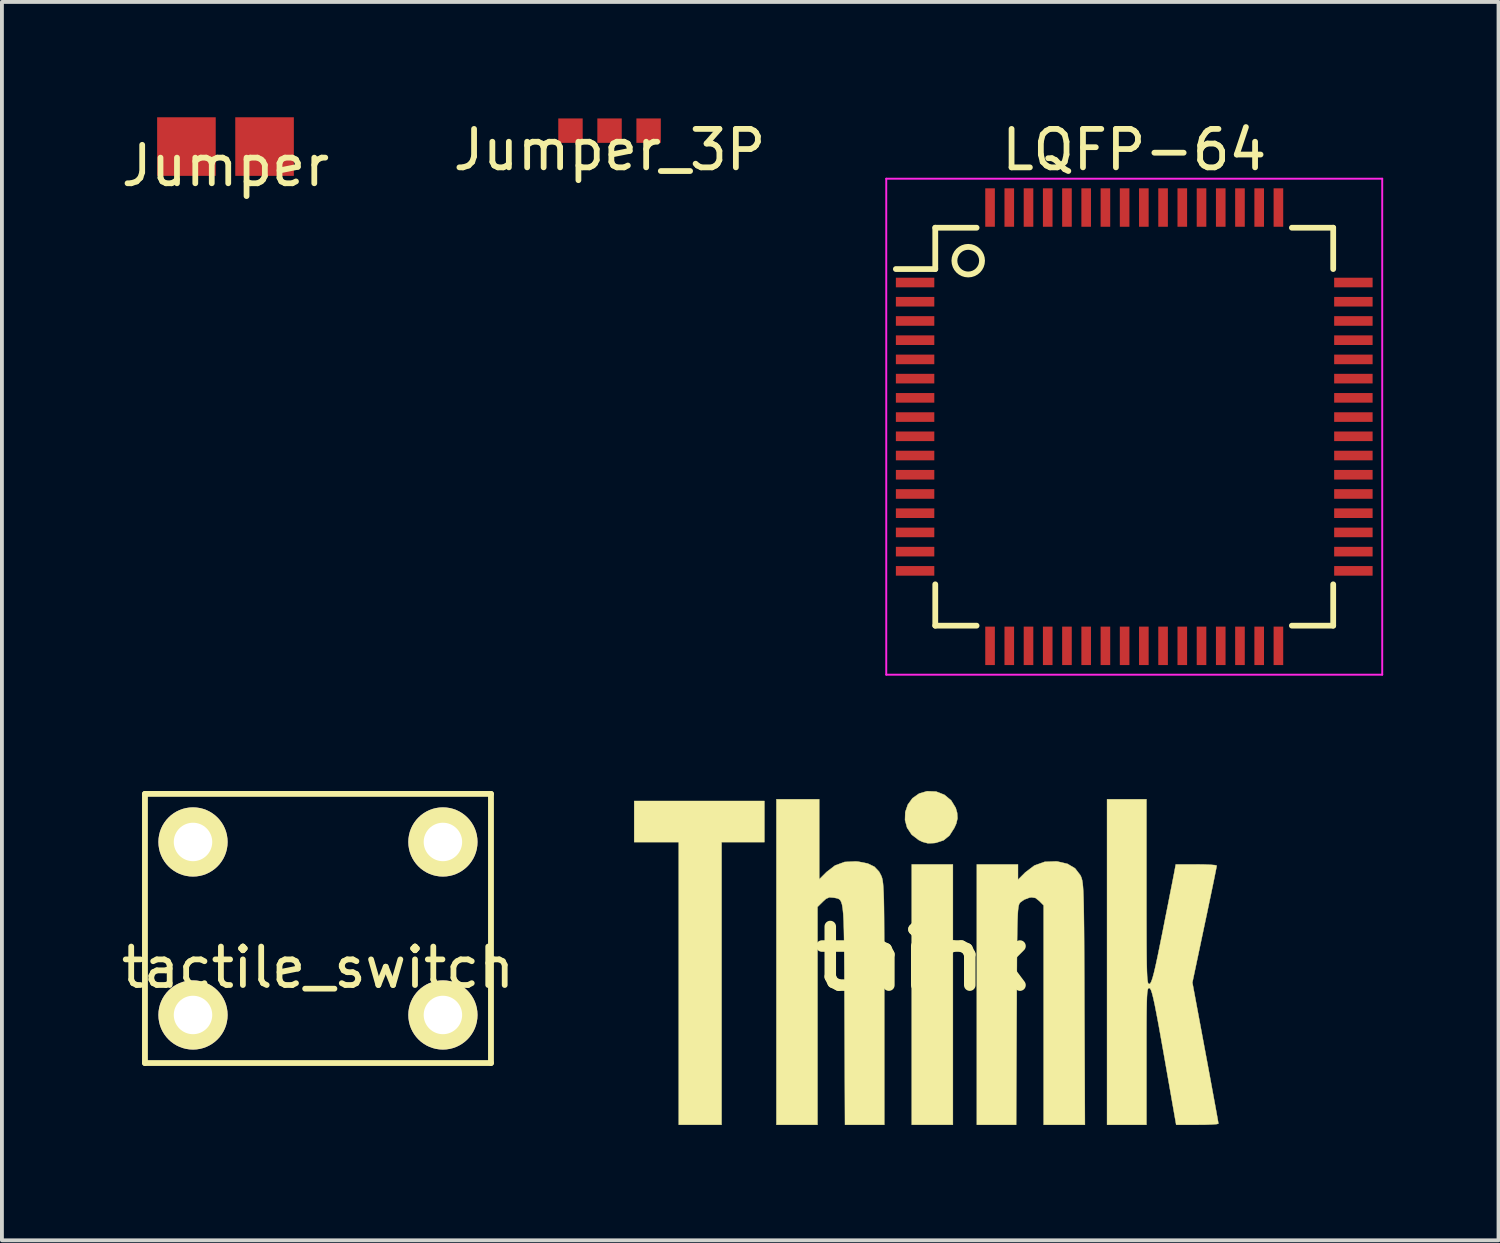
<source format=kicad_pcb>
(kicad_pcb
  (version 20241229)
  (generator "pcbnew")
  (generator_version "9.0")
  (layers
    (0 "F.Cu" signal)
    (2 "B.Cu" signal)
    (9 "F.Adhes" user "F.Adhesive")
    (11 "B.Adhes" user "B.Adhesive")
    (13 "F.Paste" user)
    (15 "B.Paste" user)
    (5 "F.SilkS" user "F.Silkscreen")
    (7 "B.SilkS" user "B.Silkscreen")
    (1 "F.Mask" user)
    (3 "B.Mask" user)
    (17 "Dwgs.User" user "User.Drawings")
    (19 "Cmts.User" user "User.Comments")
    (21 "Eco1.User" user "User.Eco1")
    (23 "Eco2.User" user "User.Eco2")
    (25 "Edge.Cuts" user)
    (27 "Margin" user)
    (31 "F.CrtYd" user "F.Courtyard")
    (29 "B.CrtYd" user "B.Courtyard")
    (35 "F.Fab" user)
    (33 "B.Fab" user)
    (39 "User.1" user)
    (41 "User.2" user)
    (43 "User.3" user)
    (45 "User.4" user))
  (footprint "Jumper_3P"
    (layer "F.Cu")
    (at 12.804 0.348)
    (property "Reference" "Jumper_3P" (at 0 0.5 0) (layer "F.SilkS") (effects (font (size 1 1) (thickness 0.15))))
    (attr through_hole)
    (pad "1" smd rect (at -1.016 0) (size 0.635 0.635) (layers "F.Cu" "F.Mask" "F.Paste"))
    (pad "2" smd rect (at 0 0) (size 0.635 0.635) (layers "F.Cu" "F.Mask" "F.Paste"))
    (pad "3" smd rect (at 1.016 0) (size 0.635 0.635) (layers "F.Cu" "F.Mask" "F.Paste")))
  (footprint "Jumper"
    (layer "F.Cu")
    (at 2.815 0.762)
    (property "Reference" "Jumper" (at 0 0.5 0) (layer "F.SilkS") (effects (font (size 1 1) (thickness 0.15))))
    (attr through_hole)
    (pad "1" smd rect (at -1.016 0) (size 1.524 1.524) (layers "F.Cu" "F.Mask" "F.Paste"))
    (pad "2" smd rect (at 1.016 0) (size 1.524 1.524) (layers "F.Cu" "F.Mask" "F.Paste")))
  (footprint "LQFP-64"
    (layer "F.Cu")
    (at 26.451 8.048)
    (property "Reference" "LQFP-64" (at 0 -7.2 0) (layer "F.SilkS") (effects (font (size 1 1) (thickness 0.15))))
    (attr smd)
    (fp_line (start -5.175 -5.175) (end -5.175 -4.1) (stroke (width 0.15) (type solid)) (layer "F.SilkS"))
    (fp_line (start -5.175 -5.175) (end -4.1 -5.175) (stroke (width 0.15) (type solid)) (layer "F.SilkS"))
    (fp_line (start -5.175 -4.1) (end -6.2 -4.1) (stroke (width 0.15) (type solid)) (layer "F.SilkS"))
    (fp_line (start -5.175 5.175) (end -5.175 4.1) (stroke (width 0.15) (type solid)) (layer "F.SilkS"))
    (fp_line (start -5.175 5.175) (end -4.1 5.175) (stroke (width 0.15) (type solid)) (layer "F.SilkS"))
    (fp_line (start 5.175 -5.175) (end 4.1 -5.175) (stroke (width 0.15) (type solid)) (layer "F.SilkS"))
    (fp_line (start 5.175 -5.175) (end 5.175 -4.1) (stroke (width 0.15) (type solid)) (layer "F.SilkS"))
    (fp_line (start 5.175 5.175) (end 4.1 5.175) (stroke (width 0.15) (type solid)) (layer "F.SilkS"))
    (fp_line (start 5.175 5.175) (end 5.175 4.1) (stroke (width 0.15) (type solid)) (layer "F.SilkS"))
    (fp_circle (center -4.318 -4.318) (end -4.064 -4.064) (stroke (width 0.152) (type solid)) (fill no) (layer "F.SilkS"))
    (fp_line (start -6.45 -6.45) (end -6.45 6.45) (stroke (width 0.05) (type solid)) (layer "F.CrtYd"))
    (fp_line (start -6.45 -6.45) (end 6.45 -6.45) (stroke (width 0.05) (type solid)) (layer "F.CrtYd"))
    (fp_line (start -6.45 6.45) (end 6.45 6.45) (stroke (width 0.05) (type solid)) (layer "F.CrtYd"))
    (fp_line (start 6.45 -6.45) (end 6.45 6.45) (stroke (width 0.05) (type solid)) (layer "F.CrtYd"))
    (pad "1" smd rect (at -5.7 -3.75) (size 1 0.25) (layers "F.Cu" "F.Mask" "F.Paste"))
    (pad "2" smd rect (at -5.7 -3.25) (size 1 0.25) (layers "F.Cu" "F.Mask" "F.Paste"))
    (pad "3" smd rect (at -5.7 -2.75) (size 1 0.25) (layers "F.Cu" "F.Mask" "F.Paste"))
    (pad "4" smd rect (at -5.7 -2.25) (size 1 0.25) (layers "F.Cu" "F.Mask" "F.Paste"))
    (pad "5" smd rect (at -5.7 -1.75) (size 1 0.25) (layers "F.Cu" "F.Mask" "F.Paste"))
    (pad "6" smd rect (at -5.7 -1.25) (size 1 0.25) (layers "F.Cu" "F.Mask" "F.Paste"))
    (pad "7" smd rect (at -5.7 -0.75) (size 1 0.25) (layers "F.Cu" "F.Mask" "F.Paste"))
    (pad "8" smd rect (at -5.7 -0.25) (size 1 0.25) (layers "F.Cu" "F.Mask" "F.Paste"))
    (pad "9" smd rect (at -5.7 0.25) (size 1 0.25) (layers "F.Cu" "F.Mask" "F.Paste"))
    (pad "10" smd rect (at -5.7 0.75) (size 1 0.25) (layers "F.Cu" "F.Mask" "F.Paste"))
    (pad "11" smd rect (at -5.7 1.25) (size 1 0.25) (layers "F.Cu" "F.Mask" "F.Paste"))
    (pad "12" smd rect (at -5.7 1.75) (size 1 0.25) (layers "F.Cu" "F.Mask" "F.Paste"))
    (pad "13" smd rect (at -5.7 2.25) (size 1 0.25) (layers "F.Cu" "F.Mask" "F.Paste"))
    (pad "14" smd rect (at -5.7 2.75) (size 1 0.25) (layers "F.Cu" "F.Mask" "F.Paste"))
    (pad "15" smd rect (at -5.7 3.25) (size 1 0.25) (layers "F.Cu" "F.Mask" "F.Paste"))
    (pad "16" smd rect (at -5.7 3.75) (size 1 0.25) (layers "F.Cu" "F.Mask" "F.Paste"))
    (pad "17" smd rect (at -3.75 5.7 90) (size 1 0.25) (layers "F.Cu" "F.Mask" "F.Paste"))
    (pad "18" smd rect (at -3.25 5.7 90) (size 1 0.25) (layers "F.Cu" "F.Mask" "F.Paste"))
    (pad "19" smd rect (at -2.75 5.7 90) (size 1 0.25) (layers "F.Cu" "F.Mask" "F.Paste"))
    (pad "20" smd rect (at -2.25 5.7 90) (size 1 0.25) (layers "F.Cu" "F.Mask" "F.Paste"))
    (pad "21" smd rect (at -1.75 5.7 90) (size 1 0.25) (layers "F.Cu" "F.Mask" "F.Paste"))
    (pad "22" smd rect (at -1.25 5.7 90) (size 1 0.25) (layers "F.Cu" "F.Mask" "F.Paste"))
    (pad "23" smd rect (at -0.75 5.7 90) (size 1 0.25) (layers "F.Cu" "F.Mask" "F.Paste"))
    (pad "24" smd rect (at -0.25 5.7 90) (size 1 0.25) (layers "F.Cu" "F.Mask" "F.Paste"))
    (pad "25" smd rect (at 0.25 5.7 90) (size 1 0.25) (layers "F.Cu" "F.Mask" "F.Paste"))
    (pad "26" smd rect (at 0.75 5.7 90) (size 1 0.25) (layers "F.Cu" "F.Mask" "F.Paste"))
    (pad "27" smd rect (at 1.25 5.7 90) (size 1 0.25) (layers "F.Cu" "F.Mask" "F.Paste"))
    (pad "28" smd rect (at 1.75 5.7 90) (size 1 0.25) (layers "F.Cu" "F.Mask" "F.Paste"))
    (pad "29" smd rect (at 2.25 5.7 90) (size 1 0.25) (layers "F.Cu" "F.Mask" "F.Paste"))
    (pad "30" smd rect (at 2.75 5.7 90) (size 1 0.25) (layers "F.Cu" "F.Mask" "F.Paste"))
    (pad "31" smd rect (at 3.25 5.7 90) (size 1 0.25) (layers "F.Cu" "F.Mask" "F.Paste"))
    (pad "32" smd rect (at 3.75 5.7 90) (size 1 0.25) (layers "F.Cu" "F.Mask" "F.Paste"))
    (pad "33" smd rect (at 5.7 3.75) (size 1 0.25) (layers "F.Cu" "F.Mask" "F.Paste"))
    (pad "34" smd rect (at 5.7 3.25) (size 1 0.25) (layers "F.Cu" "F.Mask" "F.Paste"))
    (pad "35" smd rect (at 5.7 2.75) (size 1 0.25) (layers "F.Cu" "F.Mask" "F.Paste"))
    (pad "36" smd rect (at 5.7 2.25) (size 1 0.25) (layers "F.Cu" "F.Mask" "F.Paste"))
    (pad "37" smd rect (at 5.7 1.75) (size 1 0.25) (layers "F.Cu" "F.Mask" "F.Paste"))
    (pad "38" smd rect (at 5.7 1.25) (size 1 0.25) (layers "F.Cu" "F.Mask" "F.Paste"))
    (pad "39" smd rect (at 5.7 0.75) (size 1 0.25) (layers "F.Cu" "F.Mask" "F.Paste"))
    (pad "40" smd rect (at 5.7 0.25) (size 1 0.25) (layers "F.Cu" "F.Mask" "F.Paste"))
    (pad "41" smd rect (at 5.7 -0.25) (size 1 0.25) (layers "F.Cu" "F.Mask" "F.Paste"))
    (pad "42" smd rect (at 5.7 -0.75) (size 1 0.25) (layers "F.Cu" "F.Mask" "F.Paste"))
    (pad "43" smd rect (at 5.7 -1.25) (size 1 0.25) (layers "F.Cu" "F.Mask" "F.Paste"))
    (pad "44" smd rect (at 5.7 -1.75) (size 1 0.25) (layers "F.Cu" "F.Mask" "F.Paste"))
    (pad "45" smd rect (at 5.7 -2.25) (size 1 0.25) (layers "F.Cu" "F.Mask" "F.Paste"))
    (pad "46" smd rect (at 5.7 -2.75) (size 1 0.25) (layers "F.Cu" "F.Mask" "F.Paste"))
    (pad "47" smd rect (at 5.7 -3.25) (size 1 0.25) (layers "F.Cu" "F.Mask" "F.Paste"))
    (pad "48" smd rect (at 5.7 -3.75) (size 1 0.25) (layers "F.Cu" "F.Mask" "F.Paste"))
    (pad "49" smd rect (at 3.75 -5.7 90) (size 1 0.25) (layers "F.Cu" "F.Mask" "F.Paste"))
    (pad "50" smd rect (at 3.25 -5.7 90) (size 1 0.25) (layers "F.Cu" "F.Mask" "F.Paste"))
    (pad "51" smd rect (at 2.75 -5.7 90) (size 1 0.25) (layers "F.Cu" "F.Mask" "F.Paste"))
    (pad "52" smd rect (at 2.25 -5.7 90) (size 1 0.25) (layers "F.Cu" "F.Mask" "F.Paste"))
    (pad "53" smd rect (at 1.75 -5.7 90) (size 1 0.25) (layers "F.Cu" "F.Mask" "F.Paste"))
    (pad "54" smd rect (at 1.25 -5.7 90) (size 1 0.25) (layers "F.Cu" "F.Mask" "F.Paste"))
    (pad "55" smd rect (at 0.75 -5.7 90) (size 1 0.25) (layers "F.Cu" "F.Mask" "F.Paste"))
    (pad "56" smd rect (at 0.25 -5.7 90) (size 1 0.25) (layers "F.Cu" "F.Mask" "F.Paste"))
    (pad "57" smd rect (at -0.25 -5.7 90) (size 1 0.25) (layers "F.Cu" "F.Mask" "F.Paste"))
    (pad "58" smd rect (at -0.75 -5.7 90) (size 1 0.25) (layers "F.Cu" "F.Mask" "F.Paste"))
    (pad "59" smd rect (at -1.25 -5.7 90) (size 1 0.25) (layers "F.Cu" "F.Mask" "F.Paste"))
    (pad "60" smd rect (at -1.75 -5.7 90) (size 1 0.25) (layers "F.Cu" "F.Mask" "F.Paste"))
    (pad "61" smd rect (at -2.25 -5.7 90) (size 1 0.25) (layers "F.Cu" "F.Mask" "F.Paste"))
    (pad "62" smd rect (at -2.75 -5.7 90) (size 1 0.25) (layers "F.Cu" "F.Mask" "F.Paste"))
    (pad "63" smd rect (at -3.25 -5.7 90) (size 1 0.25) (layers "F.Cu" "F.Mask" "F.Paste"))
    (pad "64" smd rect (at -3.75 -5.7 90) (size 1 0.25) (layers "F.Cu" "F.Mask" "F.Paste")))
  (footprint "think"
    (layer "F.Cu")
    (at 20.976 21.883)
    (property "Reference" "think" (at 0 0 0) (layer "F.SilkS") (effects (font (size 1.524 1.524) (thickness 0.3))))
    (attr through_hole)
    (fp_poly (pts (xy 0.758 4.322) (xy -0.312 4.322) (xy -0.312 -2.451) (xy 0.758 -2.451) (xy 0.758 4.322)) (stroke (width 0.01) (type solid)) (fill yes) (layer "F.SilkS"))
    (fp_poly (pts (xy -4.144 -3.03) (xy -5.258 -3.03) (xy -5.258 4.322) (xy -6.372 4.322) (xy -6.372 -3.03) (xy -7.531 -3.03) (xy -7.531 -4.1) (xy -4.144 -4.1) (xy -4.144 -3.03)) (stroke (width 0.01) (type solid)) (fill yes) (layer "F.SilkS"))
    (fp_poly (pts (xy 0.322 -4.345) (xy 0.537 -4.261) (xy 0.713 -4.115) (xy 0.832 -3.92) (xy 0.869 -3.79) (xy 0.878 -3.647) (xy 0.846 -3.512) (xy 0.795 -3.399) (xy 0.669 -3.201) (xy 0.516 -3.077) (xy 0.317 -3.012) (xy 0.267 -3.005) (xy 0.109 -2.999) (xy -0.033 -3.037) (xy -0.129 -3.083) (xy -0.314 -3.225) (xy -0.433 -3.405) (xy -0.487 -3.605) (xy -0.48 -3.811) (xy -0.414 -4.005) (xy -0.293 -4.172) (xy -0.119 -4.294) (xy 0.086 -4.354) (xy 0.322 -4.345)) (stroke (width 0.01) (type solid)) (fill yes) (layer "F.SilkS"))
    (fp_poly (pts (xy -2.718 -2.062) (xy -2.528 -2.252) (xy -2.306 -2.423) (xy -2.057 -2.514) (xy -1.769 -2.528) (xy -1.701 -2.522) (xy -1.458 -2.474) (xy -1.283 -2.39) (xy -1.161 -2.261) (xy -1.112 -2.169) (xy -1.095 -2.13) (xy -1.081 -2.085) (xy -1.069 -2.027) (xy -1.059 -1.95) (xy -1.051 -1.848) (xy -1.044 -1.714) (xy -1.038 -1.542) (xy -1.034 -1.325) (xy -1.031 -1.056) (xy -1.029 -0.73) (xy -1.027 -0.339) (xy -1.027 0.122) (xy -1.026 0.661) (xy -1.026 1.17) (xy -1.025 4.322) (xy -2.048 4.322) (xy -2.06 1.45) (xy -2.062 0.861) (xy -2.064 0.356) (xy -2.067 -0.074) (xy -2.071 -0.433) (xy -2.076 -0.729) (xy -2.083 -0.967) (xy -2.093 -1.154) (xy -2.107 -1.297) (xy -2.124 -1.402) (xy -2.147 -1.475) (xy -2.174 -1.523) (xy -2.208 -1.551) (xy -2.247 -1.567) (xy -2.294 -1.577) (xy -2.349 -1.586) (xy -2.349 -1.586) (xy -2.455 -1.594) (xy -2.542 -1.556) (xy -2.627 -1.479) (xy -2.763 -1.344) (xy -2.763 4.322) (xy -3.832 4.322) (xy -3.832 -4.144) (xy -2.718 -4.144) (xy -2.718 -2.062)) (stroke (width 0.01) (type solid)) (fill yes) (layer "F.SilkS"))
    (fp_poly (pts (xy 3.481 -2.525) (xy 3.741 -2.464) (xy 3.936 -2.347) (xy 4.072 -2.171) (xy 4.077 -2.16) (xy 4.095 -2.123) (xy 4.109 -2.082) (xy 4.122 -2.03) (xy 4.133 -1.96) (xy 4.142 -1.867) (xy 4.15 -1.743) (xy 4.156 -1.582) (xy 4.161 -1.377) (xy 4.165 -1.123) (xy 4.169 -0.813) (xy 4.172 -0.439) (xy 4.174 0.003) (xy 4.177 0.521) (xy 4.179 1.122) (xy 4.179 1.17) (xy 4.192 4.322) (xy 3.119 4.322) (xy 3.119 -1.385) (xy 3.005 -1.5) (xy 2.906 -1.578) (xy 2.805 -1.594) (xy 2.749 -1.586) (xy 2.618 -1.537) (xy 2.518 -1.468) (xy 2.5 -1.448) (xy 2.484 -1.422) (xy 2.471 -1.383) (xy 2.46 -1.325) (xy 2.451 -1.241) (xy 2.444 -1.124) (xy 2.438 -0.969) (xy 2.433 -0.767) (xy 2.429 -0.513) (xy 2.425 -0.2) (xy 2.423 0.179) (xy 2.42 0.63) (xy 2.418 1.161) (xy 2.416 1.472) (xy 2.404 4.322) (xy 1.381 4.322) (xy 1.381 -2.451) (xy 2.451 -2.451) (xy 2.451 -2.052) (xy 2.642 -2.243) (xy 2.877 -2.421) (xy 3.144 -2.517) (xy 3.444 -2.529) (xy 3.481 -2.525)) (stroke (width 0.01) (type solid)) (fill yes) (layer "F.SilkS"))
    (fp_poly (pts (xy 5.793 -1.735) (xy 5.793 -1.209) (xy 5.794 -0.766) (xy 5.795 -0.398) (xy 5.797 -0.099) (xy 5.8 0.139) (xy 5.805 0.322) (xy 5.811 0.458) (xy 5.819 0.552) (xy 5.828 0.613) (xy 5.84 0.646) (xy 5.855 0.66) (xy 5.869 0.66) (xy 5.894 0.643) (xy 5.92 0.594) (xy 5.951 0.505) (xy 5.988 0.368) (xy 6.033 0.175) (xy 6.088 -0.082) (xy 6.155 -0.412) (xy 6.22 -0.736) (xy 6.288 -1.083) (xy 6.353 -1.409) (xy 6.41 -1.701) (xy 6.459 -1.948) (xy 6.496 -2.137) (xy 6.519 -2.256) (xy 6.524 -2.284) (xy 6.555 -2.451) (xy 7.087 -2.451) (xy 7.293 -2.448) (xy 7.462 -2.441) (xy 7.577 -2.431) (xy 7.621 -2.418) (xy 7.621 -2.417) (xy 7.612 -2.367) (xy 7.587 -2.241) (xy 7.548 -2.047) (xy 7.496 -1.797) (xy 7.434 -1.5) (xy 7.365 -1.168) (xy 7.304 -0.881) (xy 6.987 0.623) (xy 7.326 2.442) (xy 7.399 2.833) (xy 7.466 3.197) (xy 7.526 3.524) (xy 7.578 3.805) (xy 7.619 4.031) (xy 7.648 4.192) (xy 7.663 4.279) (xy 7.665 4.292) (xy 7.623 4.304) (xy 7.509 4.313) (xy 7.34 4.32) (xy 7.133 4.322) (xy 7.115 4.322) (xy 6.566 4.322) (xy 6.256 2.551) (xy 6.176 2.101) (xy 6.11 1.731) (xy 6.054 1.434) (xy 6.009 1.203) (xy 5.971 1.029) (xy 5.94 0.906) (xy 5.914 0.826) (xy 5.891 0.782) (xy 5.87 0.766) (xy 5.869 0.766) (xy 5.85 0.767) (xy 5.834 0.784) (xy 5.822 0.826) (xy 5.812 0.899) (xy 5.805 1.012) (xy 5.8 1.173) (xy 5.796 1.391) (xy 5.794 1.672) (xy 5.793 2.024) (xy 5.793 2.457) (xy 5.793 2.537) (xy 5.793 4.322) (xy 4.768 4.322) (xy 4.768 -4.144) (xy 5.793 -4.144) (xy 5.793 -1.735)) (stroke (width 0.01) (type solid)) (fill yes) (layer "F.SilkS")))
  (footprint "tactile_switch"
    (layer "F.Cu")
    (at 5.22 21.099)
    (property "Reference" "tactile_switch" (at 0 1.016 0) (layer "F.SilkS") (effects (font (size 1 1) (thickness 0.15))))
    (attr through_hole)
    (fp_line (start -4.5 -3.5) (end -4.5 3.5) (stroke (width 0.152) (type solid)) (layer "F.SilkS"))
    (fp_line (start -4.5 3.5) (end 4.5 3.5) (stroke (width 0.152) (type solid)) (layer "F.SilkS"))
    (fp_line (start 4.5 -3.5) (end -4.5 -3.5) (stroke (width 0.152) (type solid)) (layer "F.SilkS"))
    (fp_line (start 4.5 3.5) (end 4.5 -3.5) (stroke (width 0.152) (type solid)) (layer "F.SilkS"))
    (pad "1" thru_hole circle (at -3.25 -2.25) (size 1.8 1.8) (drill 1) (layers "*.Cu" "*.Mask" "F.SilkS"))
    (pad "2" thru_hole circle (at 3.25 -2.25) (size 1.8 1.8) (drill 1) (layers "*.Cu" "*.Mask" "F.SilkS"))
    (pad "3" thru_hole circle (at -3.25 2.25) (size 1.8 1.8) (drill 1) (layers "*.Cu" "*.Mask" "F.SilkS"))
    (pad "4" thru_hole circle (at 3.25 2.25) (size 1.8 1.8) (drill 1) (layers "*.Cu" "*.Mask" "F.SilkS")))
  (gr_rect
    (start -3 -3)
    (end 35.926 29.21)
    (stroke (width 0.1) (type default))
    (fill no)
    (layer "Edge.Cuts")))
</source>
